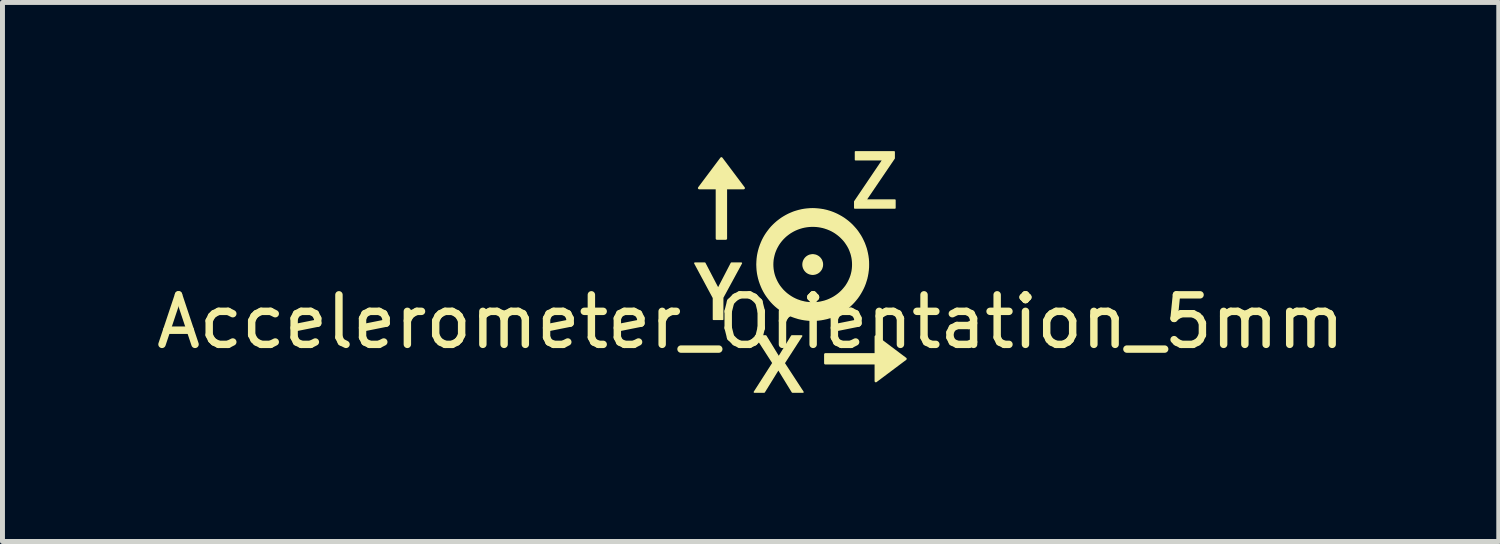
<source format=kicad_pcb>
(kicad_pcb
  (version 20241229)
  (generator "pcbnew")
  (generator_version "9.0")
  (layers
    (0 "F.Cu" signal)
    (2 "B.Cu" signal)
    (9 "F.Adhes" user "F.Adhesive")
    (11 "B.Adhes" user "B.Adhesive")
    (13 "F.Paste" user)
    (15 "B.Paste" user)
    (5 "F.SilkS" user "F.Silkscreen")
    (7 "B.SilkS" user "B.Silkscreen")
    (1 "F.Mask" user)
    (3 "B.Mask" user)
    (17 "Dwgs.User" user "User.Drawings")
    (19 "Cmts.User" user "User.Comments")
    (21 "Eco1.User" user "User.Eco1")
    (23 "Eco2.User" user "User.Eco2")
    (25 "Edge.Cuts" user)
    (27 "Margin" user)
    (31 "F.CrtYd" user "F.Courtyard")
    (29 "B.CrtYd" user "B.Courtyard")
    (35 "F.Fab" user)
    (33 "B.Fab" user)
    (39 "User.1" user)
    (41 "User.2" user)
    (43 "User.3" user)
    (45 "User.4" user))
  (footprint "Accelerometer_Orientation_5mm"
    (layer "F.Cu")
    (at 12.101 3.446)
    (property "Reference" "Accelerometer_Orientation_5mm" (at 0 0 0) (layer "F.SilkS") (effects (font (size 1 1) (thickness 0.15))))
    (attr through_hole)
    (fp_poly (pts (xy -0.59 -3.299) (xy -0.14 -2.7) (xy -0.5 -2.7) (xy -0.5 -1.681) (xy -0.68 -1.681) (xy -0.68 -2.7) (xy -1.039 -2.7)) (stroke (width 0.05) (type solid)) (fill yes) (layer "F.SilkS"))
    (fp_poly (pts (xy 3.126 0.747) (xy 2.527 1.196) (xy 2.527 0.836) (xy 1.508 0.836) (xy 1.508 0.657) (xy 2.527 0.657) (xy 2.527 0.297)) (stroke (width 0.05) (type solid)) (fill yes) (layer "F.SilkS"))
    (fp_poly (pts (xy -0.656 -0.667) (xy -0.388 -1.184) (xy -0.187 -1.184) (xy -0.564 -0.49) (xy -0.564 -0.05) (xy -0.75 -0.05) (xy -0.75 -0.484) (xy -1.126 -1.184) (xy -0.925 -1.184) (xy -0.656 -0.667)) (stroke (width 0.03) (type solid)) (fill yes) (layer "F.SilkS"))
    (fp_poly (pts (xy 2.913 -2.298) (xy 2.102 -2.298) (xy 2.102 -2.427) (xy 2.673 -3.272) (xy 2.117 -3.272) (xy 2.117 -3.431) (xy 2.897 -3.431) (xy 2.897 -3.301) (xy 2.324 -2.457) (xy 2.913 -2.457) (xy 2.913 -2.298)) (stroke (width 0.03) (type solid)) (fill yes) (layer "F.SilkS"))
    (fp_poly (pts (xy 1.057 1.418) (xy 0.844 1.418) (xy 0.56 0.955) (xy 0.274 1.418) (xy 0.076 1.418) (xy 0.452 0.831) (xy 0.1 0.285) (xy 0.306 0.285) (xy 0.568 0.714) (xy 0.83 0.285) (xy 1.03 0.285) (xy 0.676 0.834) (xy 1.057 1.418)) (stroke (width 0.03) (type solid)) (fill yes) (layer "F.SilkS"))
    (fp_poly (pts (xy 1.448 -1.157) (xy 1.448 -1.147) (xy 1.447 -1.137) (xy 1.446 -1.127) (xy 1.444 -1.117) (xy 1.442 -1.108) (xy 1.439 -1.099) (xy 1.436 -1.09) (xy 1.433 -1.081) (xy 1.429 -1.072) (xy 1.425 -1.064) (xy 1.42 -1.056) (xy 1.415 -1.048) (xy 1.409 -1.04) (xy 1.404 -1.033) (xy 1.397 -1.026) (xy 1.391 -1.019) (xy 1.384 -1.012) (xy 1.377 -1.006) (xy 1.37 -1) (xy 1.362 -0.995) (xy 1.354 -0.99) (xy 1.346 -0.985) (xy 1.338 -0.981) (xy 1.329 -0.977) (xy 1.32 -0.974) (xy 1.311 -0.97) (xy 1.302 -0.968) (xy 1.293 -0.966) (xy 1.283 -0.964) (xy 1.273 -0.963) (xy 1.263 -0.962) (xy 1.253 -0.962) (xy 1.243 -0.962) (xy 1.233 -0.963) (xy 1.224 -0.964) (xy 1.214 -0.966) (xy 1.205 -0.968) (xy 1.195 -0.97) (xy 1.186 -0.974) (xy 1.177 -0.977) (xy 1.169 -0.981) (xy 1.16 -0.985) (xy 1.152 -0.99) (xy 1.144 -0.995) (xy 1.137 -1) (xy 1.129 -1.006) (xy 1.122 -1.012) (xy 1.116 -1.019) (xy 1.109 -1.026) (xy 1.103 -1.033) (xy 1.097 -1.04) (xy 1.092 -1.048) (xy 1.087 -1.056) (xy 1.082 -1.064) (xy 1.078 -1.072) (xy 1.074 -1.081) (xy 1.07 -1.09) (xy 1.067 -1.099) (xy 1.065 -1.108) (xy 1.062 -1.117) (xy 1.061 -1.127) (xy 1.059 -1.137) (xy 1.059 -1.147) (xy 1.058 -1.157) (xy 1.059 -1.167) (xy 1.059 -1.176) (xy 1.061 -1.186) (xy 1.062 -1.196) (xy 1.065 -1.205) (xy 1.067 -1.214) (xy 1.07 -1.224) (xy 1.074 -1.232) (xy 1.078 -1.241) (xy 1.082 -1.249) (xy 1.087 -1.258) (xy 1.092 -1.265) (xy 1.097 -1.273) (xy 1.103 -1.28) (xy 1.109 -1.288) (xy 1.116 -1.294) (xy 1.122 -1.301) (xy 1.129 -1.307) (xy 1.137 -1.313) (xy 1.144 -1.318) (xy 1.152 -1.323) (xy 1.16 -1.328) (xy 1.169 -1.332) (xy 1.177 -1.336) (xy 1.186 -1.34) (xy 1.195 -1.343) (xy 1.205 -1.345) (xy 1.214 -1.347) (xy 1.224 -1.349) (xy 1.233 -1.35) (xy 1.243 -1.351) (xy 1.253 -1.351) (xy 1.263 -1.351) (xy 1.273 -1.35) (xy 1.283 -1.349) (xy 1.293 -1.347) (xy 1.302 -1.345) (xy 1.311 -1.343) (xy 1.32 -1.34) (xy 1.329 -1.336) (xy 1.338 -1.332) (xy 1.346 -1.328) (xy 1.354 -1.323) (xy 1.362 -1.318) (xy 1.37 -1.313) (xy 1.377 -1.307) (xy 1.384 -1.301) (xy 1.391 -1.294) (xy 1.397 -1.288) (xy 1.404 -1.28) (xy 1.409 -1.273) (xy 1.415 -1.265) (xy 1.42 -1.258) (xy 1.425 -1.249) (xy 1.429 -1.241) (xy 1.433 -1.232) (xy 1.436 -1.224) (xy 1.439 -1.214) (xy 1.442 -1.205) (xy 1.444 -1.196) (xy 1.446 -1.186) (xy 1.447 -1.176) (xy 1.448 -1.167) (xy 1.448 -1.157)) (stroke (width 0.03) (type solid)) (fill yes) (layer "F.SilkS"))
    (fp_poly (pts (xy 1.253 -2.281) (xy 1.195 -2.279) (xy 1.138 -2.275) (xy 1.082 -2.268) (xy 1.027 -2.258) (xy 0.972 -2.245) (xy 0.919 -2.23) (xy 0.867 -2.213) (xy 0.816 -2.192) (xy 0.766 -2.17) (xy 0.718 -2.145) (xy 0.671 -2.118) (xy 0.625 -2.089) (xy 0.581 -2.057) (xy 0.538 -2.024) (xy 0.498 -1.989) (xy 0.459 -1.952) (xy 0.421 -1.913) (xy 0.386 -1.872) (xy 0.353 -1.829) (xy 0.321 -1.785) (xy 0.292 -1.74) (xy 0.265 -1.693) (xy 0.24 -1.644) (xy 0.218 -1.594) (xy 0.198 -1.543) (xy 0.18 -1.491) (xy 0.165 -1.438) (xy 0.152 -1.384) (xy 0.142 -1.328) (xy 0.135 -1.272) (xy 0.131 -1.215) (xy 0.129 -1.157) (xy 0.131 -1.099) (xy 0.135 -1.042) (xy 0.142 -0.986) (xy 0.152 -0.931) (xy 0.165 -0.876) (xy 0.18 -0.823) (xy 0.198 -0.771) (xy 0.218 -0.72) (xy 0.24 -0.67) (xy 0.265 -0.621) (xy 0.292 -0.574) (xy 0.321 -0.529) (xy 0.353 -0.485) (xy 0.386 -0.442) (xy 0.421 -0.401) (xy 0.458 -0.362) (xy 0.497 -0.325) (xy 0.538 -0.29) (xy 0.581 -0.256) (xy 0.625 -0.225) (xy 0.67 -0.196) (xy 0.717 -0.169) (xy 0.766 -0.144) (xy 0.815 -0.121) (xy 0.867 -0.101) (xy 0.919 -0.084) (xy 0.972 -0.068) (xy 1.026 -0.056) (xy 1.082 -0.046) (xy 1.138 -0.039) (xy 1.195 -0.034) (xy 1.253 -0.033) (xy 1.311 -0.034) (xy 1.368 -0.039) (xy 1.424 -0.046) (xy 1.479 -0.056) (xy 1.534 -0.068) (xy 1.587 -0.083) (xy 1.639 -0.101) (xy 1.69 -0.121) (xy 1.74 -0.144) (xy 1.789 -0.168) (xy 1.836 -0.195) (xy 1.881 -0.225) (xy 1.925 -0.256) (xy 1.968 -0.289) (xy 2.009 -0.325) (xy 2.048 -0.362) (xy 2.085 -0.401) (xy 2.12 -0.442) (xy 2.154 -0.484) (xy 2.185 -0.528) (xy 2.214 -0.574) (xy 2.241 -0.621) (xy 2.266 -0.669) (xy 2.289 -0.719) (xy 2.309 -0.77) (xy 2.326 -0.822) (xy 2.342 -0.875) (xy 2.354 -0.93) (xy 2.364 -0.985) (xy 2.371 -1.041) (xy 2.376 -1.098) (xy 2.377 -1.156) (xy 2.062 -1.155) (xy 2.061 -1.115) (xy 2.058 -1.076) (xy 2.053 -1.037) (xy 2.046 -0.999) (xy 2.037 -0.962) (xy 2.026 -0.925) (xy 2.013 -0.889) (xy 1.998 -0.854) (xy 1.982 -0.82) (xy 1.964 -0.786) (xy 1.945 -0.754) (xy 1.924 -0.722) (xy 1.901 -0.692) (xy 1.877 -0.663) (xy 1.852 -0.635) (xy 1.825 -0.608) (xy 1.797 -0.582) (xy 1.768 -0.558) (xy 1.737 -0.535) (xy 1.705 -0.513) (xy 1.673 -0.493) (xy 1.639 -0.475) (xy 1.604 -0.458) (xy 1.568 -0.442) (xy 1.531 -0.428) (xy 1.494 -0.416) (xy 1.455 -0.406) (xy 1.416 -0.397) (xy 1.376 -0.39) (xy 1.336 -0.385) (xy 1.295 -0.382) (xy 1.253 -0.381) (xy 1.253 -0.382) (xy 1.212 -0.383) (xy 1.17 -0.386) (xy 1.13 -0.39) (xy 1.09 -0.397) (xy 1.051 -0.406) (xy 1.012 -0.416) (xy 0.975 -0.429) (xy 0.938 -0.442) (xy 0.902 -0.458) (xy 0.867 -0.475) (xy 0.833 -0.494) (xy 0.801 -0.514) (xy 0.769 -0.536) (xy 0.738 -0.559) (xy 0.709 -0.583) (xy 0.681 -0.609) (xy 0.654 -0.635) (xy 0.629 -0.664) (xy 0.605 -0.693) (xy 0.582 -0.723) (xy 0.561 -0.755) (xy 0.542 -0.787) (xy 0.524 -0.821) (xy 0.508 -0.855) (xy 0.493 -0.89) (xy 0.48 -0.926) (xy 0.469 -0.963) (xy 0.46 -1.001) (xy 0.453 -1.039) (xy 0.448 -1.078) (xy 0.445 -1.117) (xy 0.444 -1.157) (xy 0.445 -1.197) (xy 0.448 -1.236) (xy 0.453 -1.275) (xy 0.461 -1.313) (xy 0.47 -1.351) (xy 0.48 -1.387) (xy 0.493 -1.423) (xy 0.508 -1.459) (xy 0.524 -1.493) (xy 0.542 -1.526) (xy 0.561 -1.559) (xy 0.582 -1.59) (xy 0.605 -1.621) (xy 0.629 -1.65) (xy 0.654 -1.678) (xy 0.681 -1.705) (xy 0.709 -1.731) (xy 0.739 -1.755) (xy 0.769 -1.778) (xy 0.801 -1.8) (xy 0.834 -1.82) (xy 0.868 -1.839) (xy 0.903 -1.856) (xy 0.938 -1.871) (xy 0.975 -1.885) (xy 1.013 -1.897) (xy 1.051 -1.908) (xy 1.09 -1.916) (xy 1.13 -1.923) (xy 1.171 -1.928) (xy 1.212 -1.931) (xy 1.253 -1.932) (xy 1.295 -1.931) (xy 1.336 -1.928) (xy 1.376 -1.923) (xy 1.416 -1.916) (xy 1.455 -1.908) (xy 1.494 -1.897) (xy 1.531 -1.885) (xy 1.568 -1.871) (xy 1.604 -1.856) (xy 1.639 -1.839) (xy 1.673 -1.82) (xy 1.706 -1.8) (xy 1.737 -1.778) (xy 1.768 -1.755) (xy 1.797 -1.731) (xy 1.825 -1.705) (xy 1.852 -1.678) (xy 1.878 -1.65) (xy 1.902 -1.621) (xy 1.924 -1.59) (xy 1.945 -1.559) (xy 1.965 -1.526) (xy 1.983 -1.493) (xy 1.999 -1.459) (xy 2.013 -1.423) (xy 2.026 -1.387) (xy 2.037 -1.351) (xy 2.046 -1.313) (xy 2.053 -1.275) (xy 2.058 -1.236) (xy 2.061 -1.197) (xy 2.062 -1.157) (xy 2.062 -1.155) (xy 2.377 -1.156) (xy 2.377 -1.157) (xy 2.376 -1.213) (xy 2.372 -1.268) (xy 2.365 -1.323) (xy 2.355 -1.377) (xy 2.343 -1.431) (xy 2.329 -1.484) (xy 2.311 -1.536) (xy 2.292 -1.587) (xy 2.269 -1.637) (xy 2.245 -1.686) (xy 2.218 -1.734) (xy 2.188 -1.78) (xy 2.157 -1.826) (xy 2.123 -1.869) (xy 2.086 -1.911) (xy 2.048 -1.952) (xy 2.008 -1.99) (xy 1.966 -2.026) (xy 1.922 -2.06) (xy 1.877 -2.092) (xy 1.83 -2.121) (xy 1.782 -2.148) (xy 1.733 -2.173) (xy 1.683 -2.195) (xy 1.632 -2.215) (xy 1.58 -2.232) (xy 1.527 -2.247) (xy 1.474 -2.259) (xy 1.419 -2.268) (xy 1.364 -2.275) (xy 1.309 -2.279) (xy 1.253 -2.281) (xy 1.253 -2.281)) (stroke (width 0.03) (type solid)) (fill yes) (layer "F.SilkS")))
  (gr_rect
    (start -3 -3)
    (end 27.202 7.88)
    (stroke (width 0.1) (type default))
    (fill no)
    (layer "Edge.Cuts")))
</source>
